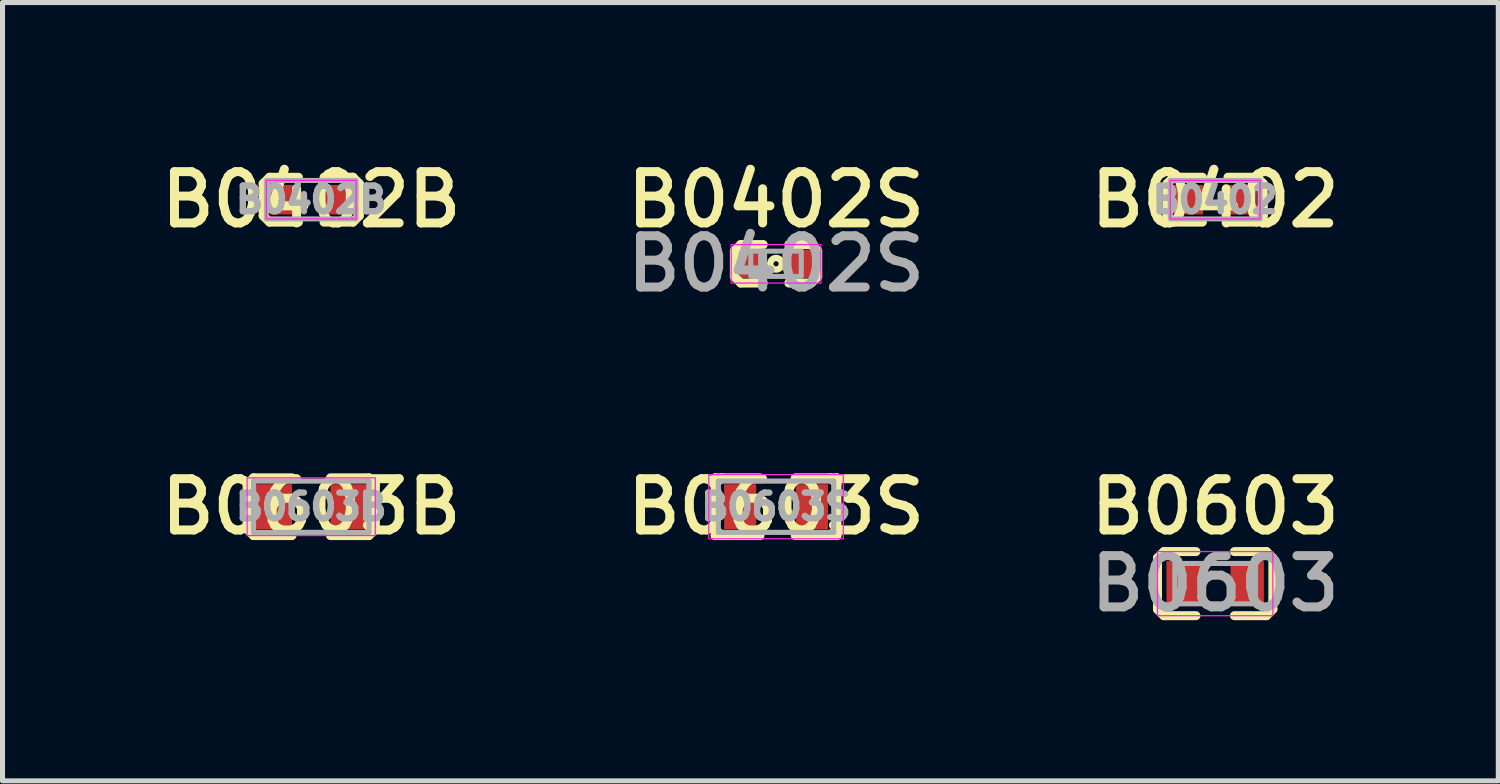
<source format=kicad_pcb>
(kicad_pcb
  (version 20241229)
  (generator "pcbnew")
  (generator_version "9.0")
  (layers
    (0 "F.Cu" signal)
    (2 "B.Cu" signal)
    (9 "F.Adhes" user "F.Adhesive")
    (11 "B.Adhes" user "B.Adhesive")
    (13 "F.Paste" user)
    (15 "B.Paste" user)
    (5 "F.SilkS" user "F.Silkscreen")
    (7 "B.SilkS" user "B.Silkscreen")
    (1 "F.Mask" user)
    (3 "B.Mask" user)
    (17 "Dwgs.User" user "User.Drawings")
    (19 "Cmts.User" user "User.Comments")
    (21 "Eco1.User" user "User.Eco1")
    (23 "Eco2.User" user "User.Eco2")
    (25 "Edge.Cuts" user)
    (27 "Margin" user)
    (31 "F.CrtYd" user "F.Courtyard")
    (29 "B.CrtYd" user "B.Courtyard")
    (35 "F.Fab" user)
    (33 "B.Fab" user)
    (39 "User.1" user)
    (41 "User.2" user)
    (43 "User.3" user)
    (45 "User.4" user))
  (footprint "B0603S"
    (layer "F.Cu")
    (at 12.325 6.989)
    (property "Reference" "B0603S" (at 0 0 0) (layer "F.SilkS") (effects (font (size 1.016 1.016) (thickness 0.178))))
    (attr smd)
    (fp_line (start -1.206 -0.572) (end -1.206 0.572) (stroke (width 0.178) (type solid)) (layer "F.SilkS"))
    (fp_line (start -1.206 -0.445) (end -1.079 -0.572) (stroke (width 0.178) (type solid)) (layer "F.SilkS"))
    (fp_line (start -1.206 0.445) (end -1.079 0.572) (stroke (width 0.178) (type solid)) (layer "F.SilkS"))
    (fp_line (start -1.206 0.572) (end -0.318 0.572) (stroke (width 0.178) (type solid)) (layer "F.SilkS"))
    (fp_line (start -0.318 -0.572) (end -1.206 -0.572) (stroke (width 0.178) (type solid)) (layer "F.SilkS"))
    (fp_line (start 0.381 0.572) (end 1.206 0.572) (stroke (width 0.178) (type solid)) (layer "F.SilkS"))
    (fp_line (start 1.079 0.572) (end 1.206 0.445) (stroke (width 0.178) (type solid)) (layer "F.SilkS"))
    (fp_line (start 1.206 -0.572) (end 0.381 -0.572) (stroke (width 0.178) (type solid)) (layer "F.SilkS"))
    (fp_line (start 1.206 -0.445) (end 1.079 -0.572) (stroke (width 0.178) (type solid)) (layer "F.SilkS"))
    (fp_line (start 1.206 0.572) (end 1.206 -0.572) (stroke (width 0.178) (type solid)) (layer "F.SilkS"))
    (fp_rect (start -1.333 -0.635) (end 1.333 0.635) (stroke (width 0.025) (type solid)) (fill no) (layer "F.CrtYd"))
    (fp_line (start -1.143 -0.508) (end 1.143 -0.508) (stroke (width 0.102) (type solid)) (layer "F.Fab"))
    (fp_line (start -1.143 0.508) (end -1.143 -0.508) (stroke (width 0.102) (type solid)) (layer "F.Fab"))
    (fp_line (start 1.143 0.508) (end -1.143 0.508) (stroke (width 0.102) (type solid)) (layer "F.Fab"))
    (fp_line (start 1.143 0.508) (end 1.143 -0.508) (stroke (width 0.102) (type solid)) (layer "F.Fab"))
    (fp_text user "${REFERENCE}" (at 0 0 0) (layer "F.Fab") (effects (font (size 0.508 0.508) (thickness 0.127))))
    (pad "1" smd rect (at -0.711 0) (size 0.635 0.889) (layers "F.Cu" "F.Mask" "F.Paste"))
    (pad "2" smd rect (at 0.711 0) (size 0.635 0.889) (layers "F.Cu" "F.Mask" "F.Paste")))
  (footprint "B0603B"
    (layer "F.Cu")
    (at 3.116 6.989)
    (property "Reference" "B0603B" (at 0 0 0) (layer "F.SilkS") (effects (font (size 1.016 1.016) (thickness 0.178))))
    (attr smd)
    (fp_line (start -1.27 -0.445) (end -1.27 0.381) (stroke (width 0.178) (type solid)) (layer "F.SilkS"))
    (fp_line (start -1.27 -0.445) (end -1.143 -0.572) (stroke (width 0.178) (type solid)) (layer "F.SilkS"))
    (fp_line (start -1.27 0.445) (end -1.143 0.572) (stroke (width 0.178) (type solid)) (layer "F.SilkS"))
    (fp_line (start -1.143 0.572) (end -0.381 0.572) (stroke (width 0.178) (type solid)) (layer "F.SilkS"))
    (fp_line (start -0.381 -0.572) (end -1.143 -0.572) (stroke (width 0.178) (type solid)) (layer "F.SilkS"))
    (fp_line (start 0.381 0.572) (end 1.143 0.572) (stroke (width 0.178) (type solid)) (layer "F.SilkS"))
    (fp_line (start 1.143 -0.572) (end 0.381 -0.572) (stroke (width 0.178) (type solid)) (layer "F.SilkS"))
    (fp_line (start 1.143 -0.572) (end 1.27 -0.445) (stroke (width 0.178) (type solid)) (layer "F.SilkS"))
    (fp_line (start 1.143 0.572) (end 1.27 0.445) (stroke (width 0.178) (type solid)) (layer "F.SilkS"))
    (fp_line (start 1.27 0.445) (end 1.27 -0.445) (stroke (width 0.178) (type solid)) (layer "F.SilkS"))
    (fp_rect (start -1.27 -0.572) (end 1.27 0.572) (stroke (width 0.025) (type solid)) (fill no) (layer "F.CrtYd"))
    (fp_line (start -1.143 -0.508) (end 1.143 -0.508) (stroke (width 0.102) (type solid)) (layer "F.Fab"))
    (fp_line (start -1.143 0.508) (end -1.143 -0.508) (stroke (width 0.102) (type solid)) (layer "F.Fab"))
    (fp_line (start 1.143 0.508) (end -1.143 0.508) (stroke (width 0.102) (type solid)) (layer "F.Fab"))
    (fp_line (start 1.143 0.508) (end 1.143 -0.508) (stroke (width 0.102) (type solid)) (layer "F.Fab"))
    (fp_text user "${REFERENCE}" (at 0 0 0) (layer "F.Fab") (effects (font (size 0.508 0.508) (thickness 0.127))))
    (pad "1" smd rect (at -0.762 0) (size 0.762 0.889) (layers "F.Cu" "F.Mask" "F.Paste"))
    (pad "2" smd rect (at 0.762 0) (size 0.762 0.889) (layers "F.Cu" "F.Mask" "F.Paste")))
  (footprint "B0402S"
    (layer "F.Cu")
    (at 12.325 2.176)
    (property "Reference" "B0402S" (at 0 -1.27 0) (layer "F.SilkS") (effects (font (size 1.016 1.016) (thickness 0.178))))
    (attr smd)
    (fp_line (start -0.826 -0.254) (end -0.699 -0.381) (stroke (width 0.178) (type solid)) (layer "F.SilkS"))
    (fp_line (start -0.826 0.254) (end -0.826 -0.254) (stroke (width 0.178) (type solid)) (layer "F.SilkS"))
    (fp_line (start -0.826 0.254) (end -0.699 0.381) (stroke (width 0.178) (type solid)) (layer "F.SilkS"))
    (fp_line (start -0.699 0.381) (end -0.254 0.381) (stroke (width 0.178) (type solid)) (layer "F.SilkS"))
    (fp_line (start -0.254 -0.381) (end -0.699 -0.381) (stroke (width 0.178) (type solid)) (layer "F.SilkS"))
    (fp_line (start 0.254 -0.381) (end 0.699 -0.381) (stroke (width 0.178) (type solid)) (layer "F.SilkS"))
    (fp_line (start 0.254 0.381) (end 0.699 0.381) (stroke (width 0.178) (type solid)) (layer "F.SilkS"))
    (fp_line (start 0.699 0.381) (end 0.826 0.254) (stroke (width 0.178) (type solid)) (layer "F.SilkS"))
    (fp_line (start 0.826 -0.254) (end 0.699 -0.381) (stroke (width 0.178) (type solid)) (layer "F.SilkS"))
    (fp_line (start 0.826 -0.254) (end 0.826 0.254) (stroke (width 0.178) (type solid)) (layer "F.SilkS"))
    (fp_circle (center 0 0) (end 0.051 0) (stroke (width 0.127) (type solid)) (fill no) (layer "F.SilkS"))
    (fp_rect (start -0.889 -0.381) (end 0.889 0.381) (stroke (width 0.025) (type solid)) (fill no) (layer "F.CrtYd"))
    (fp_rect (start -0.5 -0.25) (end 0.5 0.25) (stroke (width 0.1) (type solid)) (fill no) (layer "F.Fab"))
    (fp_text user "${REFERENCE}" (at 0 0 0) (layer "F.Fab") (effects (font (size 1.016 1.016) (thickness 0.178))))
    (pad "1" smd rect (at -0.457 0) (size 0.508 0.559) (layers "F.Cu" "F.Mask" "F.Paste"))
    (pad "2" smd rect (at 0.457 0) (size 0.508 0.559) (layers "F.Cu" "F.Mask" "F.Paste")))
  (footprint "B0603"
    (layer "F.Cu")
    (at 21.025 8.513)
    (property "Reference" "B0603" (at 0 -1.524 0) (layer "F.SilkS") (effects (font (size 1.016 1.016) (thickness 0.178))))
    (attr smd)
    (fp_line (start -1.143 -0.508) (end -1.143 0.508) (stroke (width 0.178) (type solid)) (layer "F.SilkS"))
    (fp_line (start -1.143 -0.508) (end -1.016 -0.635) (stroke (width 0.178) (type solid)) (layer "F.SilkS"))
    (fp_line (start -1.016 0.635) (end -1.143 0.508) (stroke (width 0.178) (type solid)) (layer "F.SilkS"))
    (fp_line (start -1.016 0.635) (end -0.381 0.635) (stroke (width 0.178) (type solid)) (layer "F.SilkS"))
    (fp_line (start -0.381 -0.635) (end -1.016 -0.635) (stroke (width 0.178) (type solid)) (layer "F.SilkS"))
    (fp_line (start 0.381 0.635) (end 1.016 0.635) (stroke (width 0.178) (type solid)) (layer "F.SilkS"))
    (fp_line (start 1.016 -0.635) (end 0.381 -0.635) (stroke (width 0.178) (type solid)) (layer "F.SilkS"))
    (fp_line (start 1.016 -0.635) (end 1.143 -0.508) (stroke (width 0.178) (type solid)) (layer "F.SilkS"))
    (fp_line (start 1.016 0.635) (end 1.143 0.508) (stroke (width 0.178) (type solid)) (layer "F.SilkS"))
    (fp_line (start 1.143 0.508) (end 1.143 -0.508) (stroke (width 0.178) (type solid)) (layer "F.SilkS"))
    (fp_rect (start -1.143 -0.635) (end 1.143 0.635) (stroke (width 0.025) (type solid)) (fill no) (layer "F.CrtYd"))
    (fp_rect (start -0.8 -0.4) (end 0.8 0.4) (stroke (width 0.1) (type solid)) (fill no) (layer "F.Fab"))
    (fp_text user "${REFERENCE}" (at 0 0 0) (layer "F.Fab") (effects (font (size 1.016 1.016) (thickness 0.178))))
    (pad "1" smd rect (at -0.635 0) (size 0.66 0.889) (layers "F.Cu" "F.Mask" "F.Paste"))
    (pad "2" smd rect (at 0.635 0) (size 0.66 0.889) (layers "F.Cu" "F.Mask" "F.Paste")))
  (footprint "B0402"
    (layer "F.Cu")
    (at 21.025 0.906)
    (property "Reference" "B0402" (at 0 0 0) (layer "F.SilkS") (effects (font (size 1.016 1.016) (thickness 0.178))))
    (attr smd)
    (fp_line (start -0.953 -0.318) (end -0.826 -0.445) (stroke (width 0.178) (type solid)) (layer "F.SilkS"))
    (fp_line (start -0.953 0.318) (end -0.953 -0.318) (stroke (width 0.178) (type solid)) (layer "F.SilkS"))
    (fp_line (start -0.826 0.445) (end -0.953 0.318) (stroke (width 0.178) (type solid)) (layer "F.SilkS"))
    (fp_line (start -0.826 0.445) (end -0.254 0.445) (stroke (width 0.178) (type solid)) (layer "F.SilkS"))
    (fp_line (start -0.254 -0.445) (end -0.826 -0.445) (stroke (width 0.178) (type solid)) (layer "F.SilkS"))
    (fp_line (start 0.254 -0.445) (end 0.826 -0.445) (stroke (width 0.178) (type solid)) (layer "F.SilkS"))
    (fp_line (start 0.254 0.445) (end 0.826 0.445) (stroke (width 0.178) (type solid)) (layer "F.SilkS"))
    (fp_line (start 0.826 -0.445) (end 0.953 -0.318) (stroke (width 0.178) (type solid)) (layer "F.SilkS"))
    (fp_line (start 0.826 0.445) (end 0.953 0.318) (stroke (width 0.178) (type solid)) (layer "F.SilkS"))
    (fp_line (start 0.953 -0.318) (end 0.953 0.318) (stroke (width 0.178) (type solid)) (layer "F.SilkS"))
    (fp_rect (start -0.889 -0.381) (end 0.889 0.381) (stroke (width 0.025) (type solid)) (fill no) (layer "F.CrtYd"))
    (fp_rect (start -0.889 -0.381) (end 0.889 0.381) (stroke (width 0.1) (type solid)) (fill no) (layer "F.Fab"))
    (fp_text user "${REFERENCE}" (at 0 0 0) (layer "F.Fab") (effects (font (size 0.508 0.508) (thickness 0.127))))
    (pad "1" smd rect (at -0.533 0) (size 0.584 0.584) (layers "F.Cu" "F.Mask" "F.Paste"))
    (pad "2" smd rect (at 0.533 0) (size 0.584 0.584) (layers "F.Cu" "F.Mask" "F.Paste")))
  (footprint "B0402B"
    (layer "F.Cu")
    (at 3.116 0.906)
    (property "Reference" "B0402B" (at 0 0 0) (layer "F.SilkS") (effects (font (size 1.016 1.016) (thickness 0.178))))
    (attr smd)
    (fp_line (start -0.952 -0.318) (end -0.825 -0.444) (stroke (width 0.178) (type solid)) (layer "F.SilkS"))
    (fp_line (start -0.952 0.318) (end -0.952 -0.318) (stroke (width 0.178) (type solid)) (layer "F.SilkS"))
    (fp_line (start -0.952 0.318) (end -0.826 0.444) (stroke (width 0.178) (type solid)) (layer "F.SilkS"))
    (fp_line (start -0.826 0.444) (end -0.254 0.445) (stroke (width 0.178) (type solid)) (layer "F.SilkS"))
    (fp_line (start -0.254 -0.444) (end -0.825 -0.444) (stroke (width 0.178) (type solid)) (layer "F.SilkS"))
    (fp_line (start 0.254 -0.445) (end 0.826 -0.445) (stroke (width 0.178) (type solid)) (layer "F.SilkS"))
    (fp_line (start 0.254 0.445) (end 0.826 0.445) (stroke (width 0.178) (type solid)) (layer "F.SilkS"))
    (fp_line (start 0.826 0.445) (end 0.953 0.318) (stroke (width 0.178) (type solid)) (layer "F.SilkS"))
    (fp_line (start 0.826 -0.445) (end 0.952 -0.318) (stroke (width 0.178) (type solid)) (layer "F.SilkS"))
    (fp_line (start 0.952 -0.318) (end 0.953 0.318) (stroke (width 0.178) (type solid)) (layer "F.SilkS"))
    (fp_rect (start -0.889 -0.381) (end 0.889 0.381) (stroke (width 0.025) (type solid)) (fill no) (layer "F.CrtYd"))
    (fp_rect (start -0.889 -0.381) (end 0.889 0.381) (stroke (width 0.1) (type solid)) (fill no) (layer "F.Fab"))
    (fp_text user "${REFERENCE}" (at 0 0 0) (layer "F.Fab") (effects (font (size 0.508 0.508) (thickness 0.127))))
    (pad "1" smd rect (at -0.533 0) (size 0.584 0.584) (layers "F.Cu" "F.Mask" "F.Paste"))
    (pad "2" smd rect (at 0.533 0) (size 0.584 0.584) (layers "F.Cu" "F.Mask" "F.Paste")))
  (gr_rect
    (start -3 -3)
    (end 26.634 12.42)
    (stroke (width 0.1) (type default))
    (fill no)
    (layer "Edge.Cuts")))
</source>
